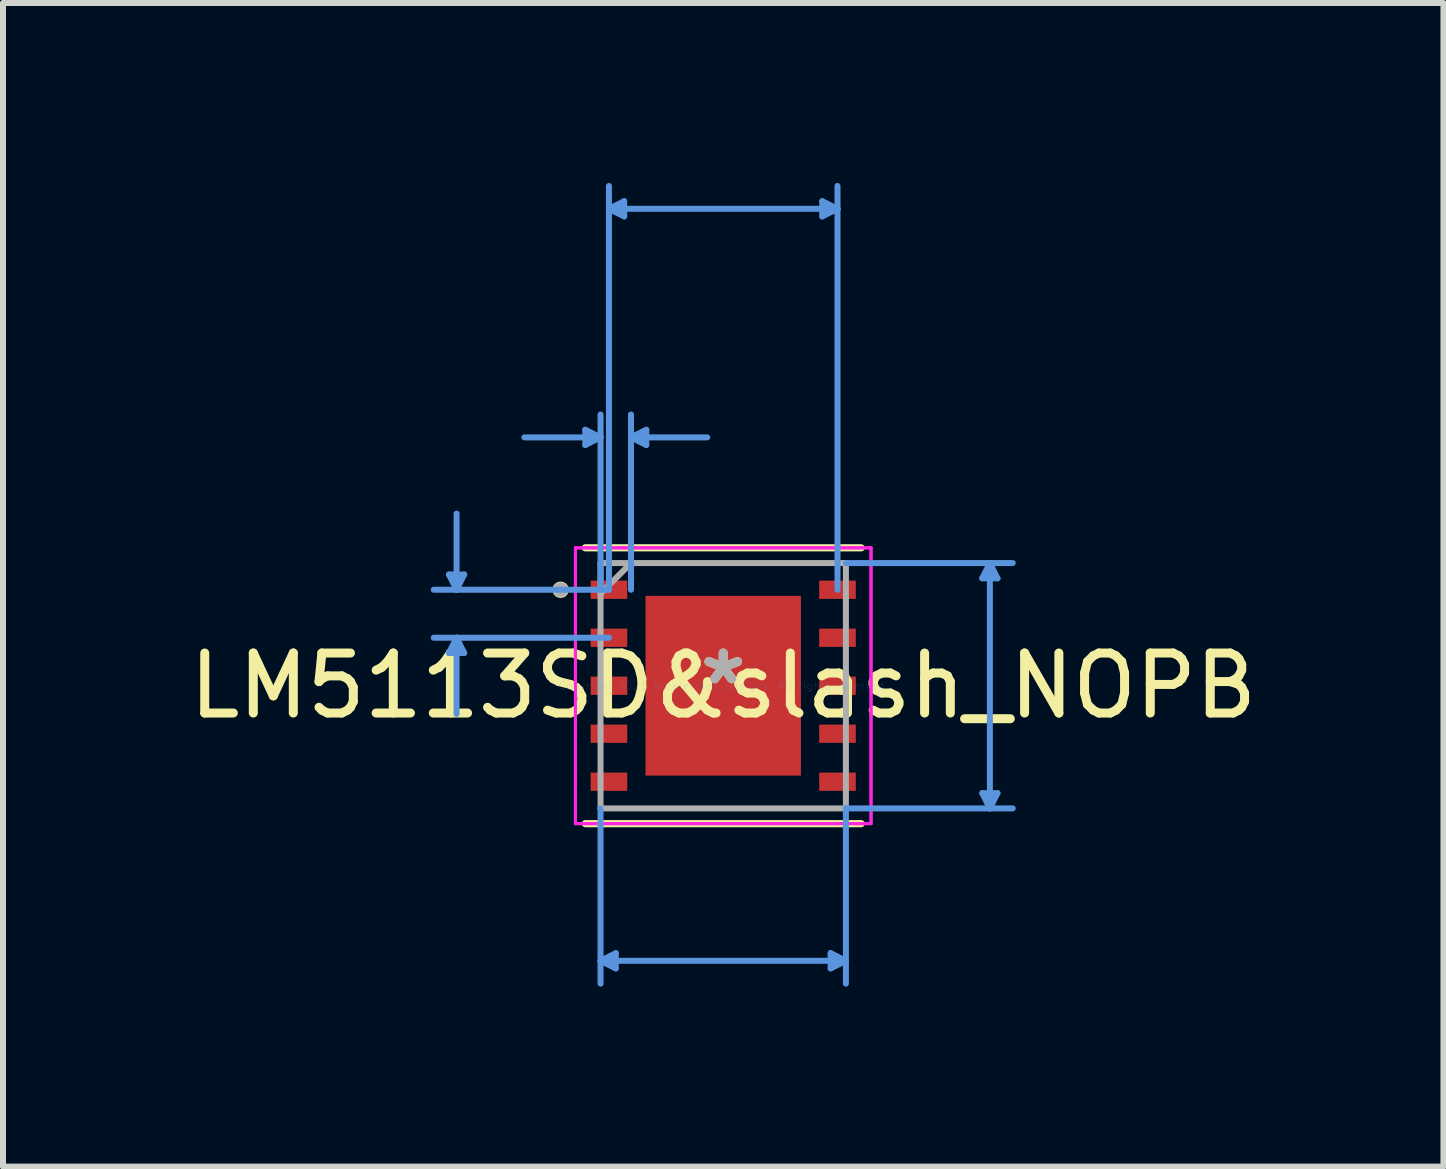
<source format=kicad_pcb>
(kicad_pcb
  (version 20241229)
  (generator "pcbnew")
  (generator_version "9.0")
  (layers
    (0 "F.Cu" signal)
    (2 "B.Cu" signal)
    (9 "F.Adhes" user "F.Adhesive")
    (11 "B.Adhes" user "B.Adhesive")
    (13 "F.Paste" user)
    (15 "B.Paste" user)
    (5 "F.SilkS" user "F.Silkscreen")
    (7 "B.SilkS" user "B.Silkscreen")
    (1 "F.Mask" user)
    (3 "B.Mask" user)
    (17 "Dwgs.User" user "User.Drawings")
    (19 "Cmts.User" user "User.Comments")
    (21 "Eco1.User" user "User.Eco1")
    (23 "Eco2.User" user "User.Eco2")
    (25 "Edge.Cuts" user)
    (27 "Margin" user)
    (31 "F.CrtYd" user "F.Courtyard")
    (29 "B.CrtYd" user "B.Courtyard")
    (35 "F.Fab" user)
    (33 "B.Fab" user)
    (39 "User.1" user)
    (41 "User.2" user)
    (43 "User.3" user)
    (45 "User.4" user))
  (footprint "LM5113SD&slash_NOPB"
    (layer "F.Cu")
    (at 9.006 8.381)
    (property "Reference" "LM5113SD&slash_NOPB" (at 0 0 0) (layer "F.SilkS") (effects (font (size 1 1) (thickness 0.15))))
    (attr through_hole)
    (fp_line (start -2.299 2.299) (end 2.299 2.299) (stroke (width 0.12) (type solid)) (layer "F.SilkS"))
    (fp_line (start 2.299 -2.299) (end -2.299 -2.299) (stroke (width 0.12) (type solid)) (layer "F.SilkS"))
    (fp_circle (center -2.711 -1.6) (end -2.635 -1.6) (stroke (width 0.12) (type solid)) (fill no) (layer "F.SilkS"))
    (fp_poly (pts (xy -2.413 -1.752) (xy -2.413 -1.448) (xy -1.803 -1.448) (xy -1.803 -1.752)) (stroke (width 0.1) (type solid)) (fill yes) (layer "F.Paste"))
    (fp_poly (pts (xy -2.413 -0.952) (xy -2.413 -0.648) (xy -1.803 -0.648) (xy -1.803 -0.952)) (stroke (width 0.1) (type solid)) (fill yes) (layer "F.Paste"))
    (fp_poly (pts (xy -2.413 -0.152) (xy -2.413 0.152) (xy -1.803 0.152) (xy -1.803 -0.152)) (stroke (width 0.1) (type solid)) (fill yes) (layer "F.Paste"))
    (fp_poly (pts (xy -2.413 0.648) (xy -2.413 0.952) (xy -1.803 0.952) (xy -1.803 0.648)) (stroke (width 0.1) (type solid)) (fill yes) (layer "F.Paste"))
    (fp_poly (pts (xy -2.413 1.448) (xy -2.413 1.752) (xy -1.803 1.752) (xy -1.803 1.448)) (stroke (width 0.1) (type solid)) (fill yes) (layer "F.Paste"))
    (fp_poly (pts (xy -1.192 -1.395) (xy -1.192 -0.1) (xy -0.1 -0.1) (xy -0.1 -1.395)) (stroke (width 0.1) (type solid)) (fill yes) (layer "F.Paste"))
    (fp_poly (pts (xy -1.192 0.1) (xy -1.192 1.395) (xy -0.1 1.395) (xy -0.1 0.1)) (stroke (width 0.1) (type solid)) (fill yes) (layer "F.Paste"))
    (fp_poly (pts (xy 0.1 -1.395) (xy 0.1 -0.1) (xy 1.192 -0.1) (xy 1.192 -1.395)) (stroke (width 0.1) (type solid)) (fill yes) (layer "F.Paste"))
    (fp_poly (pts (xy 0.1 0.1) (xy 0.1 1.395) (xy 1.192 1.395) (xy 1.192 0.1)) (stroke (width 0.1) (type solid)) (fill yes) (layer "F.Paste"))
    (fp_poly (pts (xy 1.803 -1.752) (xy 1.803 -1.448) (xy 2.413 -1.448) (xy 2.413 -1.752)) (stroke (width 0.1) (type solid)) (fill yes) (layer "F.Paste"))
    (fp_poly (pts (xy 1.803 -0.952) (xy 1.803 -0.648) (xy 2.413 -0.648) (xy 2.413 -0.952)) (stroke (width 0.1) (type solid)) (fill yes) (layer "F.Paste"))
    (fp_poly (pts (xy 1.803 -0.152) (xy 1.803 0.152) (xy 2.413 0.152) (xy 2.413 -0.152)) (stroke (width 0.1) (type solid)) (fill yes) (layer "F.Paste"))
    (fp_poly (pts (xy 1.803 0.648) (xy 1.803 0.952) (xy 2.413 0.952) (xy 2.413 0.648)) (stroke (width 0.1) (type solid)) (fill yes) (layer "F.Paste"))
    (fp_poly (pts (xy 1.803 1.448) (xy 1.803 1.752) (xy 2.413 1.752) (xy 2.413 1.448)) (stroke (width 0.1) (type solid)) (fill yes) (layer "F.Paste"))
    (fp_line (start -4.572 -1.854) (end -4.318 -1.854) (stroke (width 0.1) (type solid)) (layer "Cmts.User"))
    (fp_line (start -4.572 -0.546) (end -4.318 -0.546) (stroke (width 0.1) (type solid)) (layer "Cmts.User"))
    (fp_line (start -4.445 -1.6) (end -4.572 -1.854) (stroke (width 0.1) (type solid)) (layer "Cmts.User"))
    (fp_line (start -4.445 -1.6) (end -4.445 -2.87) (stroke (width 0.1) (type solid)) (layer "Cmts.User"))
    (fp_line (start -4.445 -1.6) (end -4.318 -1.854) (stroke (width 0.1) (type solid)) (layer "Cmts.User"))
    (fp_line (start -4.445 -0.8) (end -4.572 -0.546) (stroke (width 0.1) (type solid)) (layer "Cmts.User"))
    (fp_line (start -4.445 -0.8) (end -4.445 0.47) (stroke (width 0.1) (type solid)) (layer "Cmts.User"))
    (fp_line (start -4.445 -0.8) (end -4.318 -0.546) (stroke (width 0.1) (type solid)) (layer "Cmts.User"))
    (fp_line (start -2.299 -4.267) (end -2.299 -4.013) (stroke (width 0.1) (type solid)) (layer "Cmts.User"))
    (fp_line (start -2.045 -4.14) (end -3.315 -4.14) (stroke (width 0.1) (type solid)) (layer "Cmts.User"))
    (fp_line (start -2.045 -4.14) (end -2.299 -4.267) (stroke (width 0.1) (type solid)) (layer "Cmts.User"))
    (fp_line (start -2.045 -4.14) (end -2.299 -4.013) (stroke (width 0.1) (type solid)) (layer "Cmts.User"))
    (fp_line (start -2.045 -1.6) (end -2.045 -4.521) (stroke (width 0.1) (type solid)) (layer "Cmts.User"))
    (fp_line (start -2.045 2.045) (end -2.045 4.966) (stroke (width 0.1) (type solid)) (layer "Cmts.User"))
    (fp_line (start -2.045 4.585) (end -1.791 4.458) (stroke (width 0.1) (type solid)) (layer "Cmts.User"))
    (fp_line (start -2.045 4.585) (end -1.791 4.712) (stroke (width 0.1) (type solid)) (layer "Cmts.User"))
    (fp_line (start -2.045 4.585) (end 2.045 4.585) (stroke (width 0.1) (type solid)) (layer "Cmts.User"))
    (fp_line (start -1.905 -7.95) (end -1.651 -8.077) (stroke (width 0.1) (type solid)) (layer "Cmts.User"))
    (fp_line (start -1.905 -7.95) (end -1.651 -7.823) (stroke (width 0.1) (type solid)) (layer "Cmts.User"))
    (fp_line (start -1.905 -7.95) (end 1.905 -7.95) (stroke (width 0.1) (type solid)) (layer "Cmts.User"))
    (fp_line (start -1.905 -1.6) (end -4.826 -1.6) (stroke (width 0.1) (type solid)) (layer "Cmts.User"))
    (fp_line (start -1.905 -1.6) (end -1.905 -8.331) (stroke (width 0.1) (type solid)) (layer "Cmts.User"))
    (fp_line (start -1.905 -0.8) (end -4.826 -0.8) (stroke (width 0.1) (type solid)) (layer "Cmts.User"))
    (fp_line (start -1.791 4.458) (end -1.791 4.712) (stroke (width 0.1) (type solid)) (layer "Cmts.User"))
    (fp_line (start -1.651 -8.077) (end -1.651 -7.823) (stroke (width 0.1) (type solid)) (layer "Cmts.User"))
    (fp_line (start -1.537 -4.14) (end -1.283 -4.267) (stroke (width 0.1) (type solid)) (layer "Cmts.User"))
    (fp_line (start -1.537 -4.14) (end -1.283 -4.013) (stroke (width 0.1) (type solid)) (layer "Cmts.User"))
    (fp_line (start -1.537 -4.14) (end -0.267 -4.14) (stroke (width 0.1) (type solid)) (layer "Cmts.User"))
    (fp_line (start -1.537 -1.6) (end -1.537 -4.521) (stroke (width 0.1) (type solid)) (layer "Cmts.User"))
    (fp_line (start -1.283 -4.267) (end -1.283 -4.013) (stroke (width 0.1) (type solid)) (layer "Cmts.User"))
    (fp_line (start 1.651 -8.077) (end 1.651 -7.823) (stroke (width 0.1) (type solid)) (layer "Cmts.User"))
    (fp_line (start 1.791 4.458) (end 1.791 4.712) (stroke (width 0.1) (type solid)) (layer "Cmts.User"))
    (fp_line (start 1.905 -7.95) (end 1.651 -8.077) (stroke (width 0.1) (type solid)) (layer "Cmts.User"))
    (fp_line (start 1.905 -7.95) (end 1.651 -7.823) (stroke (width 0.1) (type solid)) (layer "Cmts.User"))
    (fp_line (start 1.905 -1.6) (end 1.905 -8.331) (stroke (width 0.1) (type solid)) (layer "Cmts.User"))
    (fp_line (start 2.045 -2.045) (end 4.826 -2.045) (stroke (width 0.1) (type solid)) (layer "Cmts.User"))
    (fp_line (start 2.045 2.045) (end 2.045 4.966) (stroke (width 0.1) (type solid)) (layer "Cmts.User"))
    (fp_line (start 2.045 2.045) (end 4.826 2.045) (stroke (width 0.1) (type solid)) (layer "Cmts.User"))
    (fp_line (start 2.045 4.585) (end 1.791 4.458) (stroke (width 0.1) (type solid)) (layer "Cmts.User"))
    (fp_line (start 2.045 4.585) (end 1.791 4.712) (stroke (width 0.1) (type solid)) (layer "Cmts.User"))
    (fp_line (start 4.318 -1.791) (end 4.572 -1.791) (stroke (width 0.1) (type solid)) (layer "Cmts.User"))
    (fp_line (start 4.318 1.791) (end 4.572 1.791) (stroke (width 0.1) (type solid)) (layer "Cmts.User"))
    (fp_line (start 4.445 -2.045) (end 4.318 -1.791) (stroke (width 0.1) (type solid)) (layer "Cmts.User"))
    (fp_line (start 4.445 -2.045) (end 4.445 2.045) (stroke (width 0.1) (type solid)) (layer "Cmts.User"))
    (fp_line (start 4.445 -2.045) (end 4.572 -1.791) (stroke (width 0.1) (type solid)) (layer "Cmts.User"))
    (fp_line (start 4.445 2.045) (end 4.318 1.791) (stroke (width 0.1) (type solid)) (layer "Cmts.User"))
    (fp_line (start 4.445 2.045) (end 4.572 1.791) (stroke (width 0.1) (type solid)) (layer "Cmts.User"))
    (fp_line (start -2.464 -2.299) (end 2.464 -2.299) (stroke (width 0.05) (type solid)) (layer "F.CrtYd"))
    (fp_line (start -2.464 -2.299) (end 2.464 -2.299) (stroke (width 0.05) (type solid)) (layer "F.CrtYd"))
    (fp_line (start -2.464 2.299) (end -2.464 -2.299) (stroke (width 0.05) (type solid)) (layer "F.CrtYd"))
    (fp_line (start -2.464 2.299) (end -2.464 -2.299) (stroke (width 0.05) (type solid)) (layer "F.CrtYd"))
    (fp_line (start 2.464 -2.299) (end 2.464 2.299) (stroke (width 0.05) (type solid)) (layer "F.CrtYd"))
    (fp_line (start 2.464 -2.299) (end 2.464 2.299) (stroke (width 0.05) (type solid)) (layer "F.CrtYd"))
    (fp_line (start 2.464 2.299) (end -2.464 2.299) (stroke (width 0.05) (type solid)) (layer "F.CrtYd"))
    (fp_line (start 2.464 2.299) (end -2.464 2.299) (stroke (width 0.05) (type solid)) (layer "F.CrtYd"))
    (fp_line (start -2.045 -2.045) (end -2.045 2.045) (stroke (width 0.1) (type solid)) (layer "F.Fab"))
    (fp_line (start -2.045 2.045) (end 2.045 2.045) (stroke (width 0.1) (type solid)) (layer "F.Fab"))
    (fp_line (start -1.537 -2.045) (end -2.045 -1.537) (stroke (width 0.1) (type solid)) (layer "F.Fab"))
    (fp_line (start 2.045 -2.045) (end -2.045 -2.045) (stroke (width 0.1) (type solid)) (layer "F.Fab"))
    (fp_line (start 2.045 2.045) (end 2.045 -2.045) (stroke (width 0.1) (type solid)) (layer "F.Fab"))
    (fp_circle (center -2.711 -1.6) (end -2.635 -1.6) (stroke (width 0.1) (type solid)) (fill no) (layer "F.Fab"))
    (fp_text user "*" (at 0 0 0) (layer "F.SilkS") (effects (font (size 1 1) (thickness 0.15))))
    (fp_text user "Copyright 2021 Accelerated Designs. All rights reserved." (at 0 0 0) (layer "Cmts.User") (effects (font (size 0.127 0.127) (thickness 0.002))))
    (fp_text user "*" (at 0 0 0) (layer "F.Fab") (effects (font (size 1 1) (thickness 0.15))))
    (pad "1" smd rect (at -1.905 -1.6) (size 0.61 0.305) (layers "F.Cu" "F.Mask"))
    (pad "2" smd rect (at -1.905 -0.8) (size 0.61 0.305) (layers "F.Cu" "F.Mask"))
    (pad "3" smd rect (at -1.905 0) (size 0.61 0.305) (layers "F.Cu" "F.Mask"))
    (pad "4" smd rect (at -1.905 0.8) (size 0.61 0.305) (layers "F.Cu" "F.Mask"))
    (pad "5" smd rect (at -1.905 1.6) (size 0.61 0.305) (layers "F.Cu" "F.Mask"))
    (pad "6" smd rect (at 1.905 1.6) (size 0.61 0.305) (layers "F.Cu" "F.Mask"))
    (pad "7" smd rect (at 1.905 0.8) (size 0.61 0.305) (layers "F.Cu" "F.Mask"))
    (pad "8" smd rect (at 1.905 0) (size 0.61 0.305) (layers "F.Cu" "F.Mask"))
    (pad "9" smd rect (at 1.905 -0.8) (size 0.61 0.305) (layers "F.Cu" "F.Mask"))
    (pad "10" smd rect (at 1.905 -1.6) (size 0.61 0.305) (layers "F.Cu" "F.Mask"))
    (pad "11" smd rect (at 0 0) (size 2.591 2.997) (layers "F.Cu" "F.Mask")))
  (gr_rect
    (start -3 -3)
    (end 21.012 16.397)
    (stroke (width 0.1) (type default))
    (fill no)
    (layer "Edge.Cuts")))
</source>
